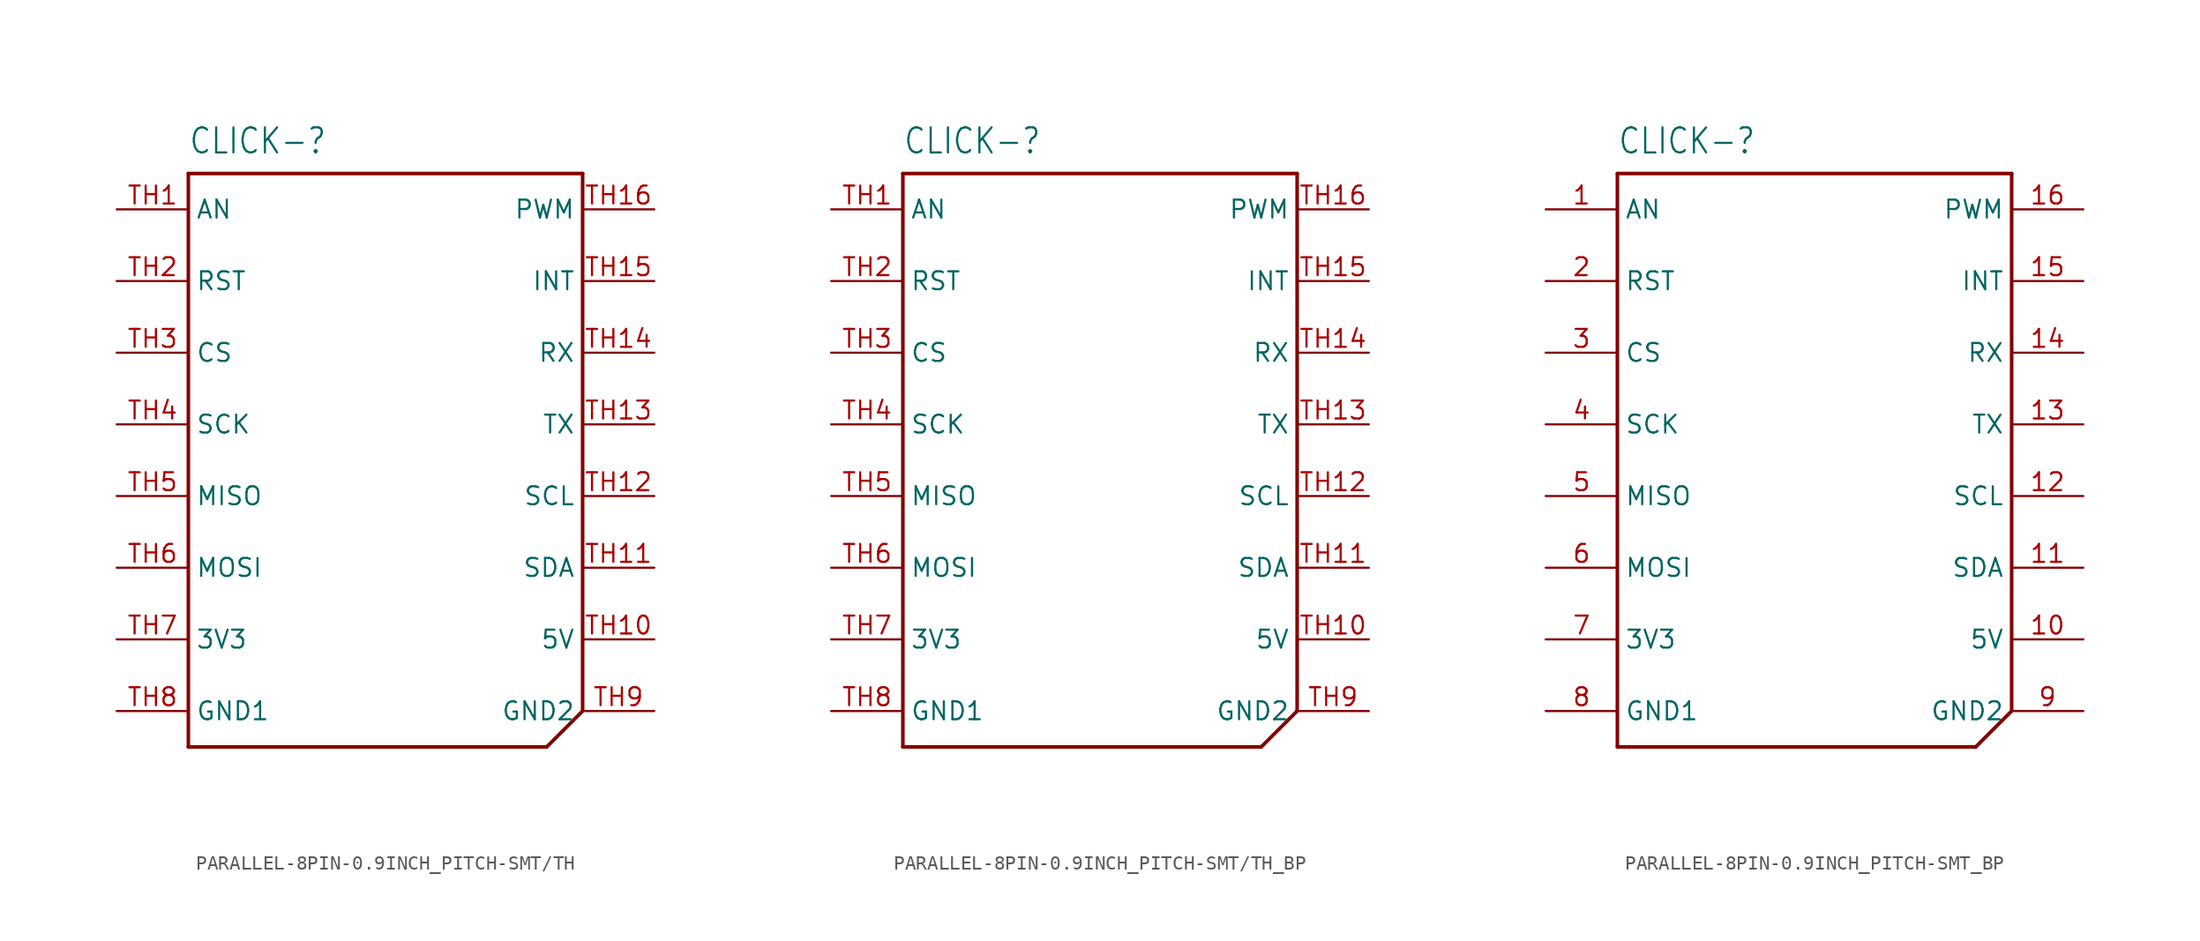
<source format=kicad_sym>
(kicad_symbol_lib
  (version 20231120)
  (generator "kicad_symbol_editor")
  (generator_version "8.0")
  (symbol "PARALLEL-8PIN-0.9INCH_PITCH-SMT/TH"
    (property "Reference" "CLICK-"
      (at -15.24 21.59 0)
      (effects (font (size 1.778 1.511)) (justify left bottom)))
    (property "Value" ""
      (at -15.24 -22.86 0)
      (effects (font (size 1.778 1.511)) (justify left bottom)))
    (property "ki_locked" ""
      (at 0 0 0)
      (effects (font (size 1.27 1.27))))
    (symbol "PARALLEL-8PIN-0.9INCH_PITCH-SMT/TH_1_0"
      (polyline (pts (xy -15.24 -20.32) (xy -15.24 20.32)) (stroke (width 0.254) (type solid)) (fill (type none)))
      (polyline (pts (xy -15.24 20.32) (xy 12.7 20.32)) (stroke (width 0.254) (type solid)) (fill (type none)))
      (polyline (pts (xy 10.16 -20.32) (xy -15.24 -20.32)) (stroke (width 0.254) (type solid)) (fill (type none)))
      (polyline (pts (xy 12.7 -17.78) (xy 10.16 -20.32)) (stroke (width 0.254) (type solid)) (fill (type none)))
      (polyline (pts (xy 12.7 20.32) (xy 12.7 -17.78)) (stroke (width 0.254) (type solid)) (fill (type none)))
      (pin bidirectional line (at -20.32 17.78 0) (length 5.08) (name "AN" (effects (font (size 1.27 1.27)))) (number "TH1" (effects (font (size 1.27 1.27)))))
      (pin bidirectional line (at 17.78 -12.7 180) (length 5.08) (name "5V" (effects (font (size 1.27 1.27)))) (number "TH10" (effects (font (size 1.27 1.27)))))
      (pin bidirectional line (at 17.78 -7.62 180) (length 5.08) (name "SDA" (effects (font (size 1.27 1.27)))) (number "TH11" (effects (font (size 1.27 1.27)))))
      (pin bidirectional line (at 17.78 -2.54 180) (length 5.08) (name "SCL" (effects (font (size 1.27 1.27)))) (number "TH12" (effects (font (size 1.27 1.27)))))
      (pin bidirectional line (at 17.78 2.54 180) (length 5.08) (name "TX" (effects (font (size 1.27 1.27)))) (number "TH13" (effects (font (size 1.27 1.27)))))
      (pin bidirectional line (at 17.78 7.62 180) (length 5.08) (name "RX" (effects (font (size 1.27 1.27)))) (number "TH14" (effects (font (size 1.27 1.27)))))
      (pin bidirectional line (at 17.78 12.7 180) (length 5.08) (name "INT" (effects (font (size 1.27 1.27)))) (number "TH15" (effects (font (size 1.27 1.27)))))
      (pin bidirectional line (at 17.78 17.78 180) (length 5.08) (name "PWM" (effects (font (size 1.27 1.27)))) (number "TH16" (effects (font (size 1.27 1.27)))))
      (pin bidirectional line (at -20.32 12.7 0) (length 5.08) (name "RST" (effects (font (size 1.27 1.27)))) (number "TH2" (effects (font (size 1.27 1.27)))))
      (pin bidirectional line (at -20.32 7.62 0) (length 5.08) (name "CS" (effects (font (size 1.27 1.27)))) (number "TH3" (effects (font (size 1.27 1.27)))))
      (pin bidirectional line (at -20.32 2.54 0) (length 5.08) (name "SCK" (effects (font (size 1.27 1.27)))) (number "TH4" (effects (font (size 1.27 1.27)))))
      (pin bidirectional line (at -20.32 -2.54 0) (length 5.08) (name "MISO" (effects (font (size 1.27 1.27)))) (number "TH5" (effects (font (size 1.27 1.27)))))
      (pin bidirectional line (at -20.32 -7.62 0) (length 5.08) (name "MOSI" (effects (font (size 1.27 1.27)))) (number "TH6" (effects (font (size 1.27 1.27)))))
      (pin bidirectional line (at -20.32 -12.7 0) (length 5.08) (name "3V3" (effects (font (size 1.27 1.27)))) (number "TH7" (effects (font (size 1.27 1.27)))))
      (pin bidirectional line (at -20.32 -17.78 0) (length 5.08) (name "GND1" (effects (font (size 1.27 1.27)))) (number "TH8" (effects (font (size 1.27 1.27)))))
      (pin bidirectional line (at 17.78 -17.78 180) (length 5.08) (name "GND2" (effects (font (size 1.27 1.27)))) (number "TH9" (effects (font (size 1.27 1.27)))))))
  (symbol "PARALLEL-8PIN-0.9INCH_PITCH-SMT/TH_BP"
    (property "Reference" "CLICK-"
      (at -15.24 21.59 0)
      (effects (font (size 1.778 1.511)) (justify left bottom)))
    (property "Value" ""
      (at -15.24 -22.86 0)
      (effects (font (size 1.778 1.511)) (justify left bottom)))
    (property "ki_locked" ""
      (at 0 0 0)
      (effects (font (size 1.27 1.27))))
    (symbol "PARALLEL-8PIN-0.9INCH_PITCH-SMT/TH_BP_1_0"
      (polyline (pts (xy -15.24 -20.32) (xy -15.24 20.32)) (stroke (width 0.254) (type solid)) (fill (type none)))
      (polyline (pts (xy -15.24 20.32) (xy 12.7 20.32)) (stroke (width 0.254) (type solid)) (fill (type none)))
      (polyline (pts (xy 10.16 -20.32) (xy -15.24 -20.32)) (stroke (width 0.254) (type solid)) (fill (type none)))
      (polyline (pts (xy 12.7 -17.78) (xy 10.16 -20.32)) (stroke (width 0.254) (type solid)) (fill (type none)))
      (polyline (pts (xy 12.7 20.32) (xy 12.7 -17.78)) (stroke (width 0.254) (type solid)) (fill (type none)))
      (pin bidirectional line (at -20.32 17.78 0) (length 5.08) (name "AN" (effects (font (size 1.27 1.27)))) (number "TH1" (effects (font (size 1.27 1.27)))))
      (pin bidirectional line (at 17.78 -12.7 180) (length 5.08) (name "5V" (effects (font (size 1.27 1.27)))) (number "TH10" (effects (font (size 1.27 1.27)))))
      (pin bidirectional line (at 17.78 -7.62 180) (length 5.08) (name "SDA" (effects (font (size 1.27 1.27)))) (number "TH11" (effects (font (size 1.27 1.27)))))
      (pin bidirectional line (at 17.78 -2.54 180) (length 5.08) (name "SCL" (effects (font (size 1.27 1.27)))) (number "TH12" (effects (font (size 1.27 1.27)))))
      (pin bidirectional line (at 17.78 2.54 180) (length 5.08) (name "TX" (effects (font (size 1.27 1.27)))) (number "TH13" (effects (font (size 1.27 1.27)))))
      (pin bidirectional line (at 17.78 7.62 180) (length 5.08) (name "RX" (effects (font (size 1.27 1.27)))) (number "TH14" (effects (font (size 1.27 1.27)))))
      (pin bidirectional line (at 17.78 12.7 180) (length 5.08) (name "INT" (effects (font (size 1.27 1.27)))) (number "TH15" (effects (font (size 1.27 1.27)))))
      (pin bidirectional line (at 17.78 17.78 180) (length 5.08) (name "PWM" (effects (font (size 1.27 1.27)))) (number "TH16" (effects (font (size 1.27 1.27)))))
      (pin bidirectional line (at -20.32 12.7 0) (length 5.08) (name "RST" (effects (font (size 1.27 1.27)))) (number "TH2" (effects (font (size 1.27 1.27)))))
      (pin bidirectional line (at -20.32 7.62 0) (length 5.08) (name "CS" (effects (font (size 1.27 1.27)))) (number "TH3" (effects (font (size 1.27 1.27)))))
      (pin bidirectional line (at -20.32 2.54 0) (length 5.08) (name "SCK" (effects (font (size 1.27 1.27)))) (number "TH4" (effects (font (size 1.27 1.27)))))
      (pin bidirectional line (at -20.32 -2.54 0) (length 5.08) (name "MISO" (effects (font (size 1.27 1.27)))) (number "TH5" (effects (font (size 1.27 1.27)))))
      (pin bidirectional line (at -20.32 -7.62 0) (length 5.08) (name "MOSI" (effects (font (size 1.27 1.27)))) (number "TH6" (effects (font (size 1.27 1.27)))))
      (pin bidirectional line (at -20.32 -12.7 0) (length 5.08) (name "3V3" (effects (font (size 1.27 1.27)))) (number "TH7" (effects (font (size 1.27 1.27)))))
      (pin bidirectional line (at -20.32 -17.78 0) (length 5.08) (name "GND1" (effects (font (size 1.27 1.27)))) (number "TH8" (effects (font (size 1.27 1.27)))))
      (pin bidirectional line (at 17.78 -17.78 180) (length 5.08) (name "GND2" (effects (font (size 1.27 1.27)))) (number "TH9" (effects (font (size 1.27 1.27)))))))
  (symbol "PARALLEL-8PIN-0.9INCH_PITCH-SMT_BP"
    (property "Reference" "CLICK-"
      (at -15.24 21.59 0)
      (effects (font (size 1.778 1.511)) (justify left bottom)))
    (property "Value" ""
      (at -15.24 -22.86 0)
      (effects (font (size 1.778 1.511)) (justify left bottom)))
    (property "ki_locked" ""
      (at 0 0 0)
      (effects (font (size 1.27 1.27))))
    (symbol "PARALLEL-8PIN-0.9INCH_PITCH-SMT_BP_1_0"
      (polyline (pts (xy -15.24 -20.32) (xy -15.24 20.32)) (stroke (width 0.254) (type solid)) (fill (type none)))
      (polyline (pts (xy -15.24 20.32) (xy 12.7 20.32)) (stroke (width 0.254) (type solid)) (fill (type none)))
      (polyline (pts (xy 10.16 -20.32) (xy -15.24 -20.32)) (stroke (width 0.254) (type solid)) (fill (type none)))
      (polyline (pts (xy 12.7 -17.78) (xy 10.16 -20.32)) (stroke (width 0.254) (type solid)) (fill (type none)))
      (polyline (pts (xy 12.7 20.32) (xy 12.7 -17.78)) (stroke (width 0.254) (type solid)) (fill (type none)))
      (pin bidirectional line (at -20.32 17.78 0) (length 5.08) (name "AN" (effects (font (size 1.27 1.27)))) (number "1" (effects (font (size 1.27 1.27)))))
      (pin bidirectional line (at 17.78 -12.7 180) (length 5.08) (name "5V" (effects (font (size 1.27 1.27)))) (number "10" (effects (font (size 1.27 1.27)))))
      (pin bidirectional line (at 17.78 -7.62 180) (length 5.08) (name "SDA" (effects (font (size 1.27 1.27)))) (number "11" (effects (font (size 1.27 1.27)))))
      (pin bidirectional line (at 17.78 -2.54 180) (length 5.08) (name "SCL" (effects (font (size 1.27 1.27)))) (number "12" (effects (font (size 1.27 1.27)))))
      (pin bidirectional line (at 17.78 2.54 180) (length 5.08) (name "TX" (effects (font (size 1.27 1.27)))) (number "13" (effects (font (size 1.27 1.27)))))
      (pin bidirectional line (at 17.78 7.62 180) (length 5.08) (name "RX" (effects (font (size 1.27 1.27)))) (number "14" (effects (font (size 1.27 1.27)))))
      (pin bidirectional line (at 17.78 12.7 180) (length 5.08) (name "INT" (effects (font (size 1.27 1.27)))) (number "15" (effects (font (size 1.27 1.27)))))
      (pin bidirectional line (at 17.78 17.78 180) (length 5.08) (name "PWM" (effects (font (size 1.27 1.27)))) (number "16" (effects (font (size 1.27 1.27)))))
      (pin bidirectional line (at -20.32 12.7 0) (length 5.08) (name "RST" (effects (font (size 1.27 1.27)))) (number "2" (effects (font (size 1.27 1.27)))))
      (pin bidirectional line (at -20.32 7.62 0) (length 5.08) (name "CS" (effects (font (size 1.27 1.27)))) (number "3" (effects (font (size 1.27 1.27)))))
      (pin bidirectional line (at -20.32 2.54 0) (length 5.08) (name "SCK" (effects (font (size 1.27 1.27)))) (number "4" (effects (font (size 1.27 1.27)))))
      (pin bidirectional line (at -20.32 -2.54 0) (length 5.08) (name "MISO" (effects (font (size 1.27 1.27)))) (number "5" (effects (font (size 1.27 1.27)))))
      (pin bidirectional line (at -20.32 -7.62 0) (length 5.08) (name "MOSI" (effects (font (size 1.27 1.27)))) (number "6" (effects (font (size 1.27 1.27)))))
      (pin bidirectional line (at -20.32 -12.7 0) (length 5.08) (name "3V3" (effects (font (size 1.27 1.27)))) (number "7" (effects (font (size 1.27 1.27)))))
      (pin bidirectional line (at -20.32 -17.78 0) (length 5.08) (name "GND1" (effects (font (size 1.27 1.27)))) (number "8" (effects (font (size 1.27 1.27)))))
      (pin bidirectional line (at 17.78 -17.78 180) (length 5.08) (name "GND2" (effects (font (size 1.27 1.27)))) (number "9" (effects (font (size 1.27 1.27))))))))
</source>
